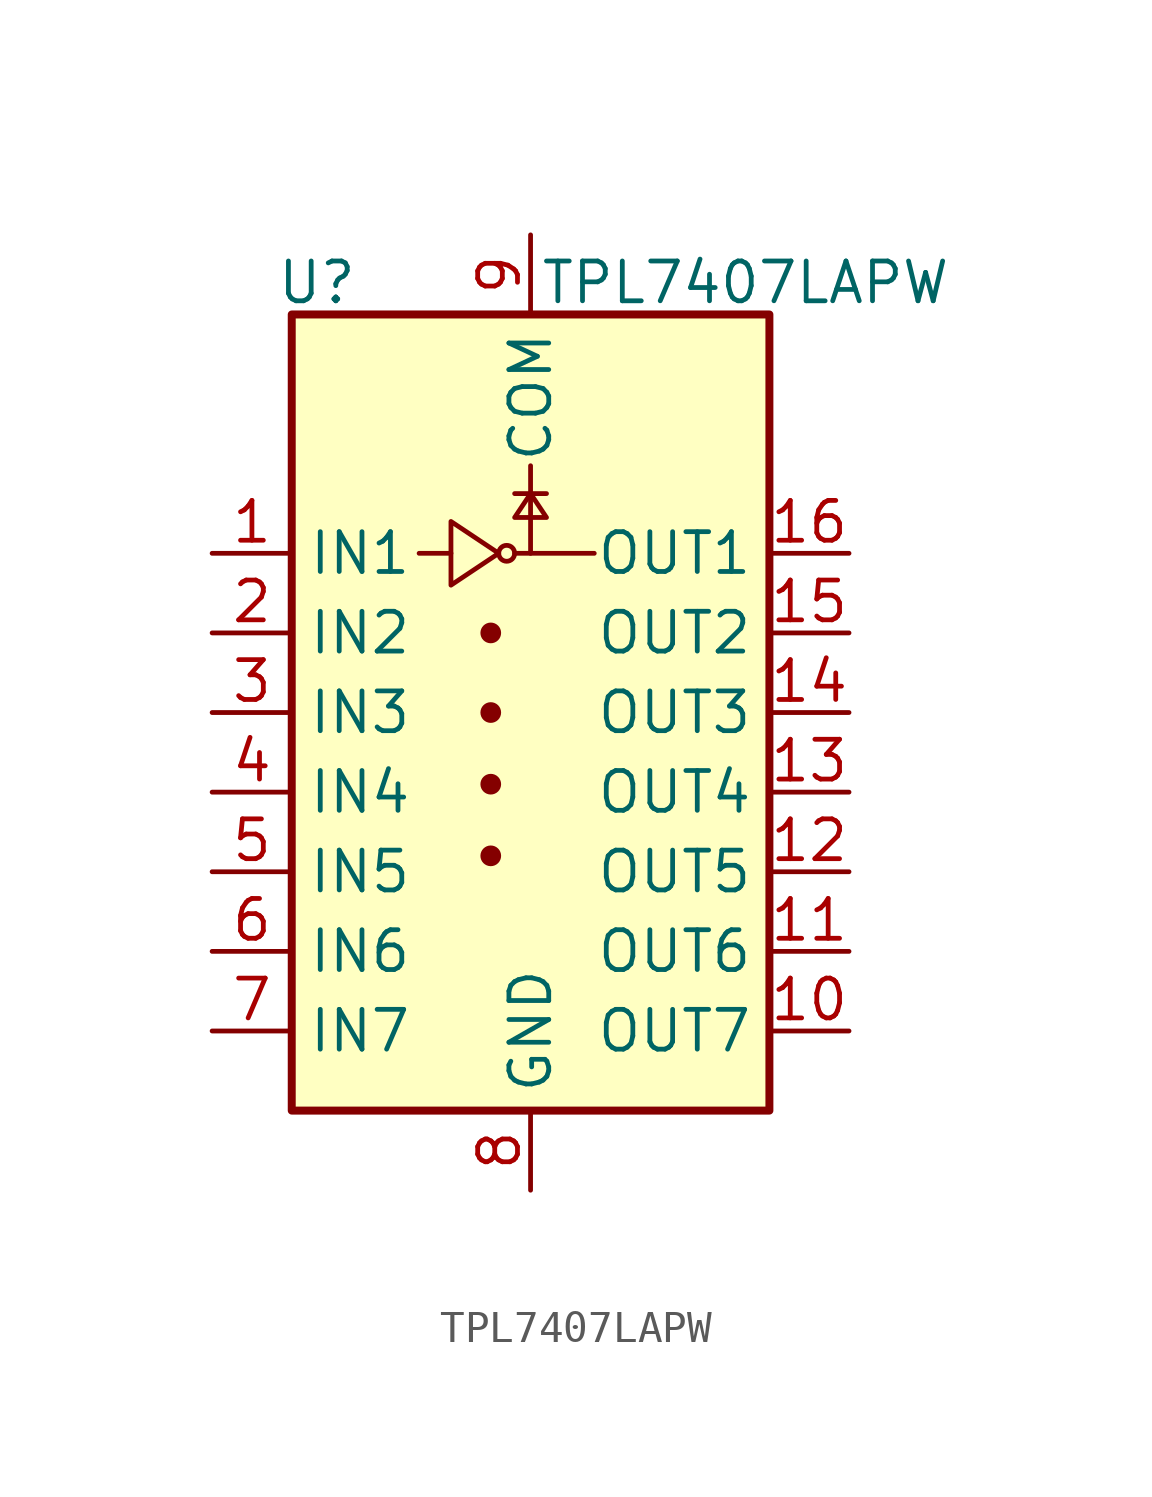
<source format=kicad_sym>
(kicad_symbol_lib
  (version 20241209)
  (generator "kicad_symbol_editor")
  (generator_version "9.0")
  (symbol "TPL7407LAPW"
    (property "Reference" "U"
      (at -8.128 13.716 0)
      (effects (font (size 1.27 1.27)) (justify left)))
    (property "Value" "TPL7407LAPW"
      (at 6.858 13.716 0)
      (effects (font (size 1.27 1.27))))
    (symbol "TPL7407LAPW_0_1"
      (rectangle (start -7.62 12.7) (end 7.62 -12.7) (stroke (width 0.254) (type default)) (fill (type background)))
      (polyline (pts (xy -3.556 5.08) (xy -2.54 5.08)) (stroke (width 0) (type default)) (fill (type none)))
      (polyline (pts (xy -2.54 6.096) (xy -2.54 4.064) (xy -1.016 5.08) (xy -2.54 6.096)) (stroke (width 0) (type default)) (fill (type none)))
      (circle (center -1.27 2.54) (radius 0.254) (stroke (width 0) (type default)) (fill (type outline)))
      (circle (center -1.27 0) (radius 0.254) (stroke (width 0) (type default)) (fill (type outline)))
      (circle (center -1.27 -2.286) (radius 0.254) (stroke (width 0) (type default)) (fill (type outline)))
      (circle (center -1.27 -4.572) (radius 0.254) (stroke (width 0) (type default)) (fill (type outline)))
      (circle (center -0.762 5.08) (radius 0.254) (stroke (width 0) (type default)) (fill (type none)))
      (polyline (pts (xy -0.508 5.08) (xy 2.032 5.08)) (stroke (width 0) (type default)) (fill (type none)))
      (polyline (pts (xy 0 7.874) (xy 0 5.08)) (stroke (width 0) (type default)) (fill (type none)))
      (polyline (pts (xy 0.508 6.985) (xy -0.508 6.985)) (stroke (width 0) (type default)) (fill (type none)))
      (polyline (pts (xy 0.508 6.223) (xy -0.508 6.223) (xy 0 6.985) (xy 0.508 6.223)) (stroke (width 0) (type default)) (fill (type none))))
    (symbol "TPL7407LAPW_1_1"
      (pin input line (at -10.16 5.08 0) (length 2.54) (name "IN1" (effects (font (size 1.27 1.27)))) (number "1" (effects (font (size 1.27 1.27)))))
      (pin input line (at -10.16 2.54 0) (length 2.54) (name "IN2" (effects (font (size 1.27 1.27)))) (number "2" (effects (font (size 1.27 1.27)))))
      (pin input line (at -10.16 0 0) (length 2.54) (name "IN3" (effects (font (size 1.27 1.27)))) (number "3" (effects (font (size 1.27 1.27)))))
      (pin input line (at -10.16 -2.54 0) (length 2.54) (name "IN4" (effects (font (size 1.27 1.27)))) (number "4" (effects (font (size 1.27 1.27)))))
      (pin input line (at -10.16 -5.08 0) (length 2.54) (name "IN5" (effects (font (size 1.27 1.27)))) (number "5" (effects (font (size 1.27 1.27)))))
      (pin input line (at -10.16 -7.62 0) (length 2.54) (name "IN6" (effects (font (size 1.27 1.27)))) (number "6" (effects (font (size 1.27 1.27)))))
      (pin input line (at -10.16 -10.16 0) (length 2.54) (name "IN7" (effects (font (size 1.27 1.27)))) (number "7" (effects (font (size 1.27 1.27)))))
      (pin power_in line (at 0 15.24 270) (length 2.54) (name "COM" (effects (font (size 1.27 1.27)))) (number "9" (effects (font (size 1.27 1.27)))))
      (pin power_in line (at 0 -15.24 90) (length 2.54) (name "GND" (effects (font (size 1.27 1.27)))) (number "8" (effects (font (size 1.27 1.27)))))
      (pin open_collector line (at 10.16 5.08 180) (length 2.54) (name "OUT1" (effects (font (size 1.27 1.27)))) (number "16" (effects (font (size 1.27 1.27)))))
      (pin open_collector line (at 10.16 2.54 180) (length 2.54) (name "OUT2" (effects (font (size 1.27 1.27)))) (number "15" (effects (font (size 1.27 1.27)))))
      (pin open_collector line (at 10.16 0 180) (length 2.54) (name "OUT3" (effects (font (size 1.27 1.27)))) (number "14" (effects (font (size 1.27 1.27)))))
      (pin open_collector line (at 10.16 -2.54 180) (length 2.54) (name "OUT4" (effects (font (size 1.27 1.27)))) (number "13" (effects (font (size 1.27 1.27)))))
      (pin open_collector line (at 10.16 -5.08 180) (length 2.54) (name "OUT5" (effects (font (size 1.27 1.27)))) (number "12" (effects (font (size 1.27 1.27)))))
      (pin open_collector line (at 10.16 -7.62 180) (length 2.54) (name "OUT6" (effects (font (size 1.27 1.27)))) (number "11" (effects (font (size 1.27 1.27)))))
      (pin open_collector line (at 10.16 -10.16 180) (length 2.54) (name "OUT7" (effects (font (size 1.27 1.27)))) (number "10" (effects (font (size 1.27 1.27))))))))
</source>
